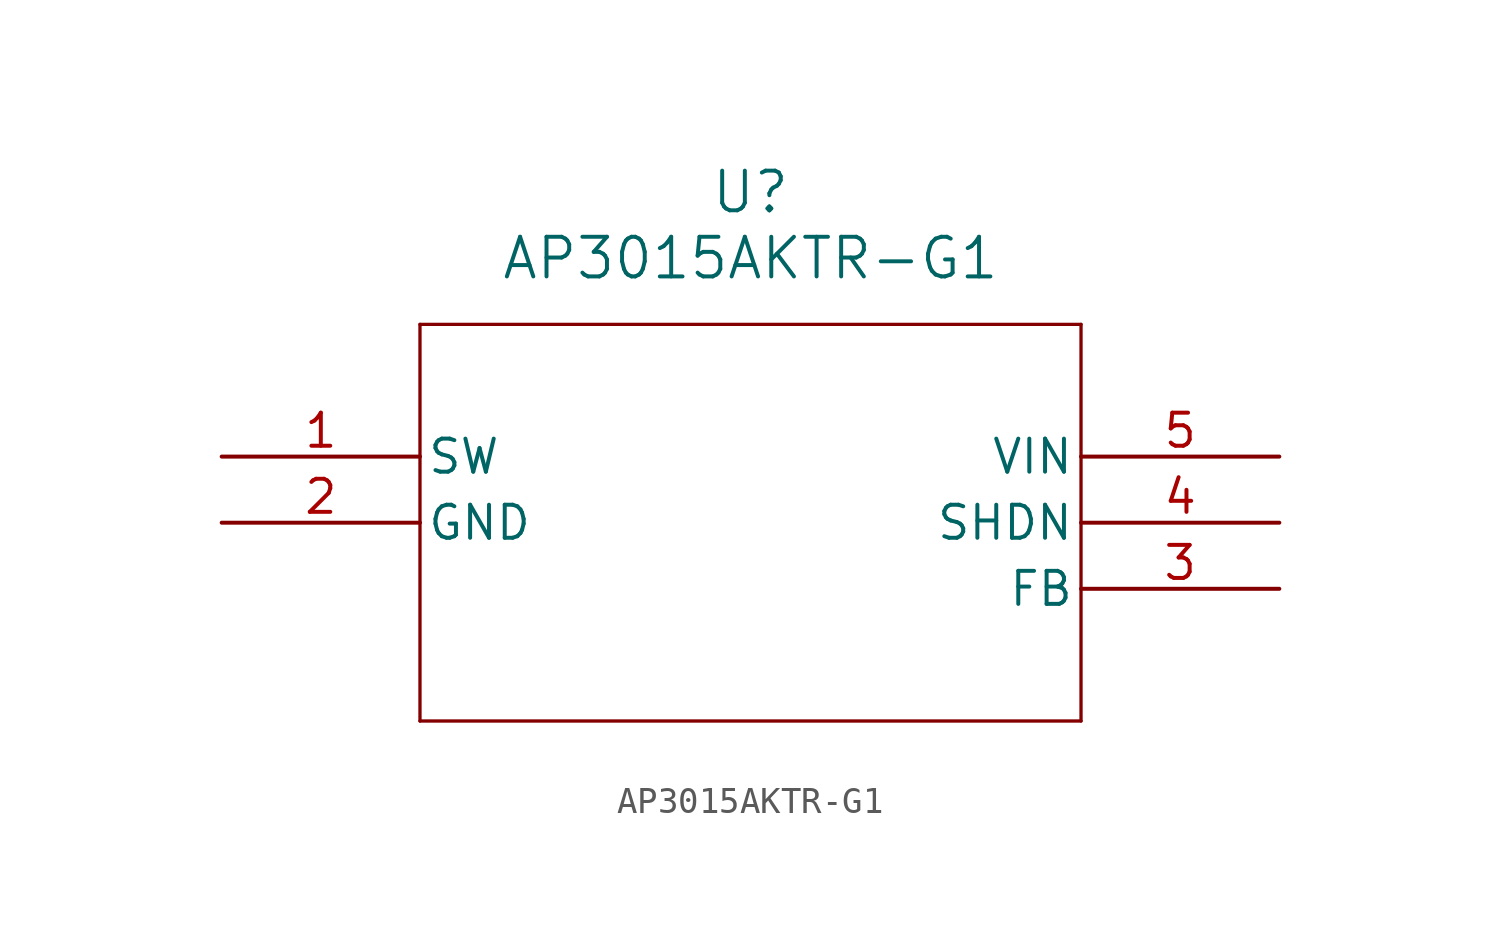
<source format=kicad_sym>
(kicad_symbol_lib
  (version 20211014)
  (generator kicad_symbol_editor)
  (symbol "AP3015AKTR-G1"
    (pin_names
      (offset 0.254))
    (property "Reference" "U"
      (at 20.32 10.16 0)
      (effects (font (size 1.524 1.524))))
    (property "Value" "AP3015AKTR-G1"
      (at 20.32 7.62 0)
      (effects (font (size 1.524 1.524))))
    (symbol "AP3015AKTR-G1_0_1"
      (polyline (pts (xy 7.62 5.08) (xy 7.62 -10.16)) (stroke (width 0.127) (type default) (color 0 0 0 0)) (fill (type none)))
      (polyline (pts (xy 7.62 -10.16) (xy 33.02 -10.16)) (stroke (width 0.127) (type default) (color 0 0 0 0)) (fill (type none)))
      (polyline (pts (xy 33.02 -10.16) (xy 33.02 5.08)) (stroke (width 0.127) (type default) (color 0 0 0 0)) (fill (type none)))
      (polyline (pts (xy 33.02 5.08) (xy 7.62 5.08)) (stroke (width 0.127) (type default) (color 0 0 0 0)) (fill (type none)))
      (pin unspecified line (at 0 0 0) (length 7.62) (name "SW" (effects (font (size 1.27 1.27)))) (number "1" (effects (font (size 1.27 1.27)))))
      (pin power_out line (at 0 -2.54 0) (length 7.62) (name "GND" (effects (font (size 1.27 1.27)))) (number "2" (effects (font (size 1.27 1.27)))))
      (pin unspecified line (at 40.64 -5.08 180) (length 7.62) (name "FB" (effects (font (size 1.27 1.27)))) (number "3" (effects (font (size 1.27 1.27)))))
      (pin unspecified line (at 40.64 -2.54 180) (length 7.62) (name "SHDN" (effects (font (size 1.27 1.27)))) (number "4" (effects (font (size 1.27 1.27)))))
      (pin unspecified line (at 40.64 0 180) (length 7.62) (name "VIN" (effects (font (size 1.27 1.27)))) (number "5" (effects (font (size 1.27 1.27))))))))
</source>
